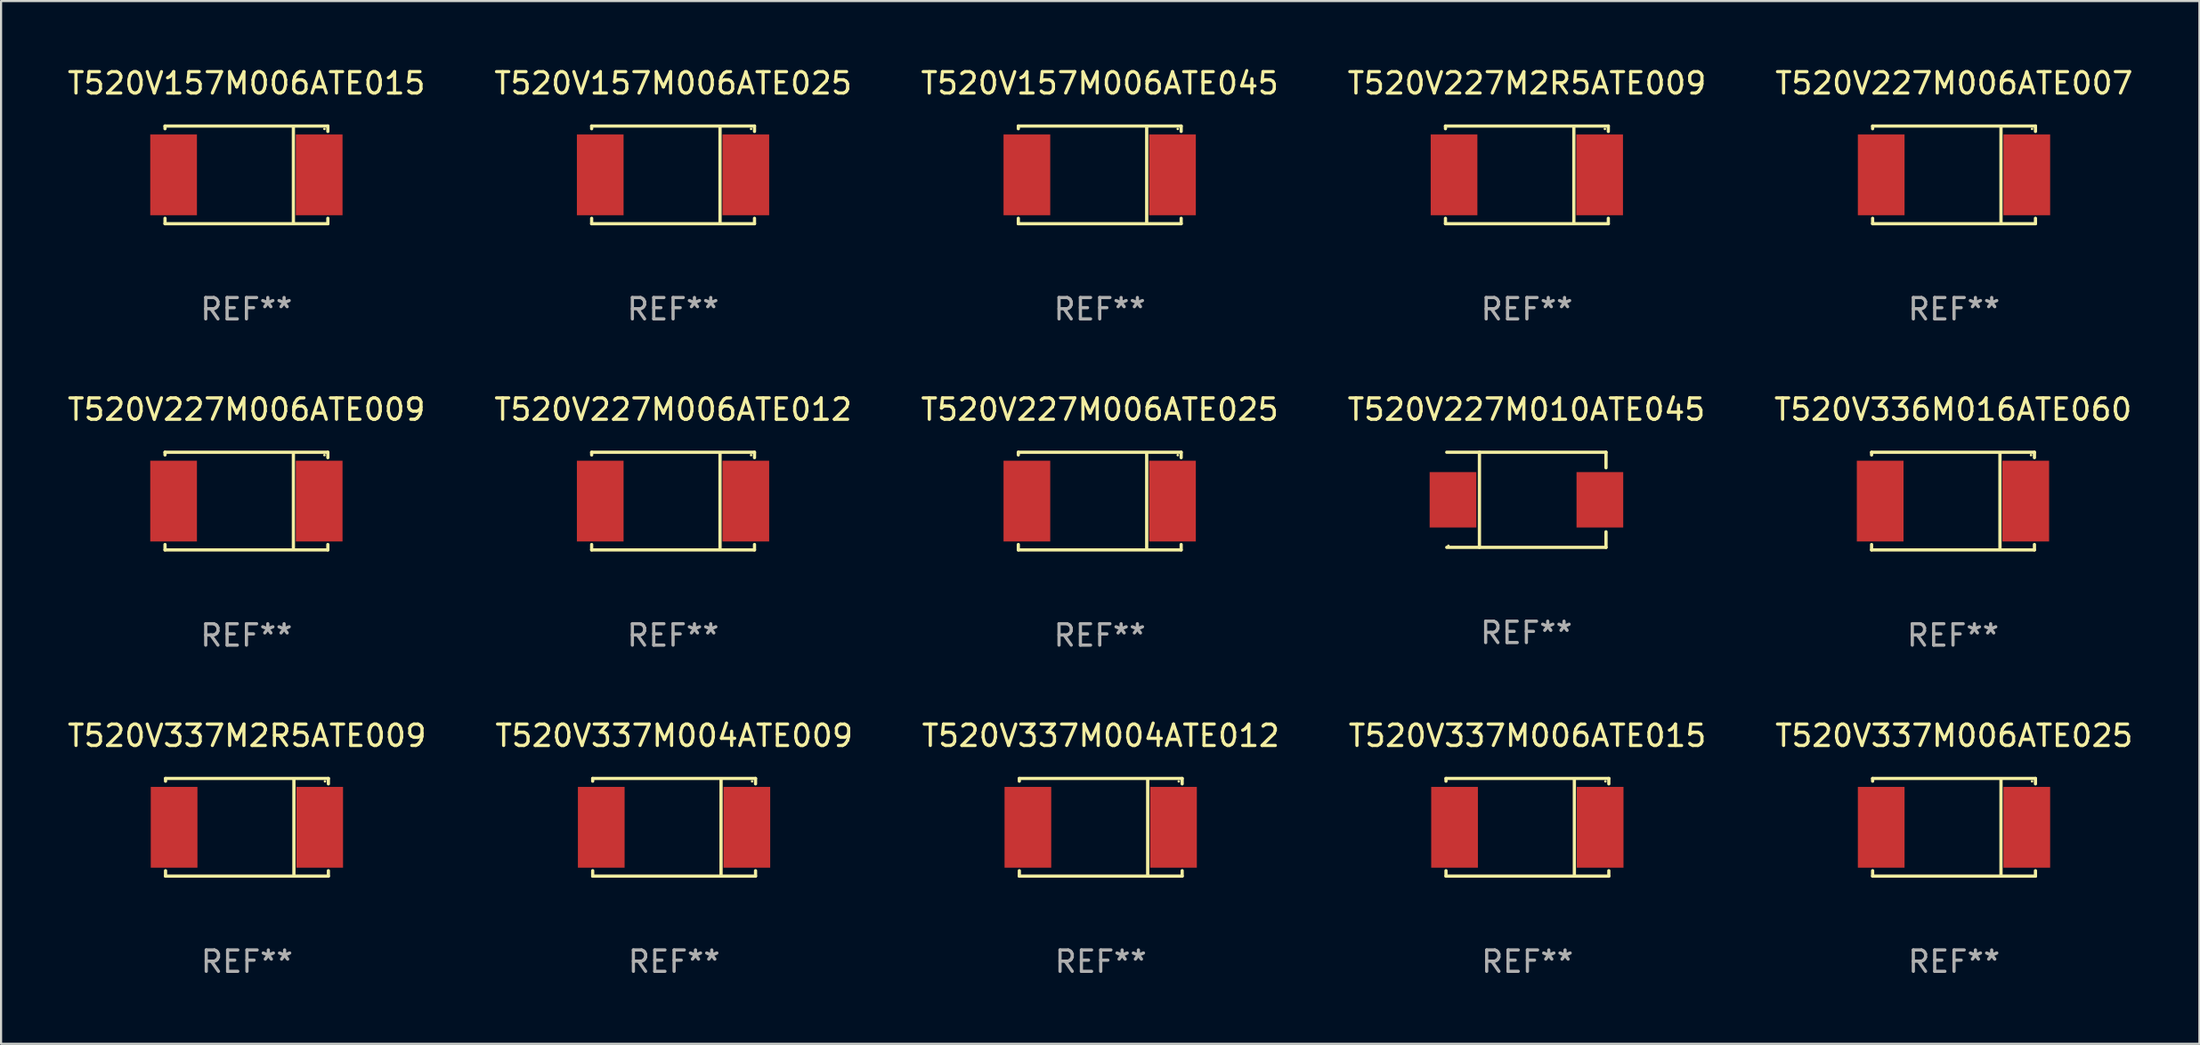
<source format=kicad_pcb>
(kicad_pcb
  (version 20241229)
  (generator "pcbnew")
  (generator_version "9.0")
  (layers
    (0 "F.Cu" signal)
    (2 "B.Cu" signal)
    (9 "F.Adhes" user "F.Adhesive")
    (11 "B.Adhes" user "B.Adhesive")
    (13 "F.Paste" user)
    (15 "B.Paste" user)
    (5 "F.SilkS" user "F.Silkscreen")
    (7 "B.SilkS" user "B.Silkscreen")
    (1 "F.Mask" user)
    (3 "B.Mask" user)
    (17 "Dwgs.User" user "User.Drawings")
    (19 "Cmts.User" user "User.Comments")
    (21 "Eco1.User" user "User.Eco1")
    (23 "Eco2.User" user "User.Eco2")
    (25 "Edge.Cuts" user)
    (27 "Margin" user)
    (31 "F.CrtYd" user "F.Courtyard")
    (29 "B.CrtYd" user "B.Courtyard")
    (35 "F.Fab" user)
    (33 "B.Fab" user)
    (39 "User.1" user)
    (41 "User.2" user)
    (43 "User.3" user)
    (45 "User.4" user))
  (footprint "T520V157M006ATE015"
    (layer "F.Cu")
    (at 8.482 5.134)
    (property "Reference" "T520V157M006ATE015" (at 0 -4.286 0) (layer "F.SilkS") (effects (font (size 1 1) (thickness 0.15))))
    (attr through_hole)
    (fp_line (start -3.81 -2.286) (end -3.81 -2.159) (stroke (width 0.15) (type solid)) (layer "F.SilkS"))
    (fp_line (start -3.81 2.032) (end -3.81 2.286) (stroke (width 0.15) (type solid)) (layer "F.SilkS"))
    (fp_line (start -3.81 2.286) (end 3.81 2.286) (stroke (width 0.15) (type solid)) (layer "F.SilkS"))
    (fp_line (start 2.197 -2.226) (end 2.197 2.226) (stroke (width 0.152) (type solid)) (layer "F.SilkS"))
    (fp_line (start 3.81 -2.286) (end -3.81 -2.286) (stroke (width 0.15) (type solid)) (layer "F.SilkS"))
    (fp_line (start 3.81 -2.032) (end 3.81 -2.286) (stroke (width 0.15) (type solid)) (layer "F.SilkS"))
    (fp_line (start 3.81 2.286) (end 3.81 2.032) (stroke (width 0.15) (type solid)) (layer "F.SilkS"))
    (fp_circle (center 3.65 -2.15) (end 3.68 -2.15) (stroke (width 0.06) (type solid)) (fill no) (layer "F.SilkS"))
    (fp_text user "REF**" (at 0 6.286 0) (layer "F.Fab") (effects (font (size 1 1) (thickness 0.15))))
    (pad "1" smd rect (at 3.404 0 180) (size 2.185 3.78) (layers "F.Cu" "F.Mask" "F.Paste"))
    (pad "2" smd rect (at -3.409 0 180) (size 2.185 3.78) (layers "F.Cu" "F.Mask" "F.Paste")))
  (footprint "T520V157M006ATE045"
    (layer "F.Cu")
    (at 48.411 5.134)
    (property "Reference" "T520V157M006ATE045" (at 0 -4.286 0) (layer "F.SilkS") (effects (font (size 1 1) (thickness 0.15))))
    (attr through_hole)
    (fp_line (start -3.81 -2.286) (end -3.81 -2.159) (stroke (width 0.15) (type solid)) (layer "F.SilkS"))
    (fp_line (start -3.81 2.032) (end -3.81 2.286) (stroke (width 0.15) (type solid)) (layer "F.SilkS"))
    (fp_line (start -3.81 2.286) (end 3.81 2.286) (stroke (width 0.15) (type solid)) (layer "F.SilkS"))
    (fp_line (start 2.197 -2.226) (end 2.197 2.226) (stroke (width 0.152) (type solid)) (layer "F.SilkS"))
    (fp_line (start 3.81 -2.286) (end -3.81 -2.286) (stroke (width 0.15) (type solid)) (layer "F.SilkS"))
    (fp_line (start 3.81 -2.032) (end 3.81 -2.286) (stroke (width 0.15) (type solid)) (layer "F.SilkS"))
    (fp_line (start 3.81 2.286) (end 3.81 2.032) (stroke (width 0.15) (type solid)) (layer "F.SilkS"))
    (fp_circle (center 3.65 -2.15) (end 3.68 -2.15) (stroke (width 0.06) (type solid)) (fill no) (layer "F.SilkS"))
    (fp_text user "REF**" (at 0 6.286 0) (layer "F.Fab") (effects (font (size 1 1) (thickness 0.15))))
    (pad "1" smd rect (at 3.404 0 180) (size 2.185 3.78) (layers "F.Cu" "F.Mask" "F.Paste"))
    (pad "2" smd rect (at -3.409 0 180) (size 2.185 3.78) (layers "F.Cu" "F.Mask" "F.Paste")))
  (footprint "T520V336M016ATE060"
    (layer "F.Cu")
    (at 88.339 20.403)
    (property "Reference" "T520V336M016ATE060" (at 0 -4.286 0) (layer "F.SilkS") (effects (font (size 1 1) (thickness 0.15))))
    (attr through_hole)
    (fp_line (start -3.81 -2.286) (end -3.81 -2.159) (stroke (width 0.15) (type solid)) (layer "F.SilkS"))
    (fp_line (start -3.81 2.032) (end -3.81 2.286) (stroke (width 0.15) (type solid)) (layer "F.SilkS"))
    (fp_line (start -3.81 2.286) (end 3.81 2.286) (stroke (width 0.15) (type solid)) (layer "F.SilkS"))
    (fp_line (start 2.197 -2.226) (end 2.197 2.226) (stroke (width 0.152) (type solid)) (layer "F.SilkS"))
    (fp_line (start 3.81 -2.286) (end -3.81 -2.286) (stroke (width 0.15) (type solid)) (layer "F.SilkS"))
    (fp_line (start 3.81 -2.032) (end 3.81 -2.286) (stroke (width 0.15) (type solid)) (layer "F.SilkS"))
    (fp_line (start 3.81 2.286) (end 3.81 2.032) (stroke (width 0.15) (type solid)) (layer "F.SilkS"))
    (fp_circle (center 3.65 -2.15) (end 3.68 -2.15) (stroke (width 0.06) (type solid)) (fill no) (layer "F.SilkS"))
    (fp_text user "REF**" (at 0 6.286 0) (layer "F.Fab") (effects (font (size 1 1) (thickness 0.15))))
    (pad "1" smd rect (at 3.404 0 180) (size 2.185 3.78) (layers "F.Cu" "F.Mask" "F.Paste"))
    (pad "2" smd rect (at -3.409 0 180) (size 2.185 3.78) (layers "F.Cu" "F.Mask" "F.Paste")))
  (footprint "T520V337M004ATE012"
    (layer "F.Cu")
    (at 48.458 35.671)
    (property "Reference" "T520V337M004ATE012" (at 0 -4.286 0) (layer "F.SilkS") (effects (font (size 1 1) (thickness 0.15))))
    (attr through_hole)
    (fp_line (start -3.81 -2.286) (end -3.81 -2.159) (stroke (width 0.15) (type solid)) (layer "F.SilkS"))
    (fp_line (start -3.81 2.032) (end -3.81 2.286) (stroke (width 0.15) (type solid)) (layer "F.SilkS"))
    (fp_line (start -3.81 2.286) (end 3.81 2.286) (stroke (width 0.15) (type solid)) (layer "F.SilkS"))
    (fp_line (start 2.197 -2.226) (end 2.197 2.226) (stroke (width 0.152) (type solid)) (layer "F.SilkS"))
    (fp_line (start 3.81 -2.286) (end -3.81 -2.286) (stroke (width 0.15) (type solid)) (layer "F.SilkS"))
    (fp_line (start 3.81 -2.032) (end 3.81 -2.286) (stroke (width 0.15) (type solid)) (layer "F.SilkS"))
    (fp_line (start 3.81 2.286) (end 3.81 2.032) (stroke (width 0.15) (type solid)) (layer "F.SilkS"))
    (fp_circle (center 3.65 -2.15) (end 3.68 -2.15) (stroke (width 0.06) (type solid)) (fill no) (layer "F.SilkS"))
    (fp_text user "REF**" (at 0 6.286 0) (layer "F.Fab") (effects (font (size 1 1) (thickness 0.15))))
    (pad "1" smd rect (at 3.404 0 180) (size 2.185 3.78) (layers "F.Cu" "F.Mask" "F.Paste"))
    (pad "2" smd rect (at -3.409 0 180) (size 2.185 3.78) (layers "F.Cu" "F.Mask" "F.Paste")))
  (footprint "T520V227M006ATE009"
    (layer "F.Cu")
    (at 8.482 20.403)
    (property "Reference" "T520V227M006ATE009" (at 0 -4.286 0) (layer "F.SilkS") (effects (font (size 1 1) (thickness 0.15))))
    (attr through_hole)
    (fp_line (start -3.81 -2.286) (end -3.81 -2.159) (stroke (width 0.15) (type solid)) (layer "F.SilkS"))
    (fp_line (start -3.81 2.032) (end -3.81 2.286) (stroke (width 0.15) (type solid)) (layer "F.SilkS"))
    (fp_line (start -3.81 2.286) (end 3.81 2.286) (stroke (width 0.15) (type solid)) (layer "F.SilkS"))
    (fp_line (start 2.197 -2.226) (end 2.197 2.226) (stroke (width 0.152) (type solid)) (layer "F.SilkS"))
    (fp_line (start 3.81 -2.286) (end -3.81 -2.286) (stroke (width 0.15) (type solid)) (layer "F.SilkS"))
    (fp_line (start 3.81 -2.032) (end 3.81 -2.286) (stroke (width 0.15) (type solid)) (layer "F.SilkS"))
    (fp_line (start 3.81 2.286) (end 3.81 2.032) (stroke (width 0.15) (type solid)) (layer "F.SilkS"))
    (fp_circle (center 3.65 -2.15) (end 3.68 -2.15) (stroke (width 0.06) (type solid)) (fill no) (layer "F.SilkS"))
    (fp_text user "REF**" (at 0 6.286 0) (layer "F.Fab") (effects (font (size 1 1) (thickness 0.15))))
    (pad "1" smd rect (at 3.404 0 180) (size 2.185 3.78) (layers "F.Cu" "F.Mask" "F.Paste"))
    (pad "2" smd rect (at -3.409 0 180) (size 2.185 3.78) (layers "F.Cu" "F.Mask" "F.Paste")))
  (footprint "T520V227M006ATE025"
    (layer "F.Cu")
    (at 48.411 20.403)
    (property "Reference" "T520V227M006ATE025" (at 0 -4.286 0) (layer "F.SilkS") (effects (font (size 1 1) (thickness 0.15))))
    (attr through_hole)
    (fp_line (start -3.81 -2.286) (end -3.81 -2.159) (stroke (width 0.15) (type solid)) (layer "F.SilkS"))
    (fp_line (start -3.81 2.032) (end -3.81 2.286) (stroke (width 0.15) (type solid)) (layer "F.SilkS"))
    (fp_line (start -3.81 2.286) (end 3.81 2.286) (stroke (width 0.15) (type solid)) (layer "F.SilkS"))
    (fp_line (start 2.197 -2.226) (end 2.197 2.226) (stroke (width 0.152) (type solid)) (layer "F.SilkS"))
    (fp_line (start 3.81 -2.286) (end -3.81 -2.286) (stroke (width 0.15) (type solid)) (layer "F.SilkS"))
    (fp_line (start 3.81 -2.032) (end 3.81 -2.286) (stroke (width 0.15) (type solid)) (layer "F.SilkS"))
    (fp_line (start 3.81 2.286) (end 3.81 2.032) (stroke (width 0.15) (type solid)) (layer "F.SilkS"))
    (fp_circle (center 3.65 -2.15) (end 3.68 -2.15) (stroke (width 0.06) (type solid)) (fill no) (layer "F.SilkS"))
    (fp_text user "REF**" (at 0 6.286 0) (layer "F.Fab") (effects (font (size 1 1) (thickness 0.15))))
    (pad "1" smd rect (at 3.404 0 180) (size 2.185 3.78) (layers "F.Cu" "F.Mask" "F.Paste"))
    (pad "2" smd rect (at -3.409 0 180) (size 2.185 3.78) (layers "F.Cu" "F.Mask" "F.Paste")))
  (footprint "T520V337M006ATE015"
    (layer "F.Cu")
    (at 68.423 35.671)
    (property "Reference" "T520V337M006ATE015" (at 0 -4.286 0) (layer "F.SilkS") (effects (font (size 1 1) (thickness 0.15))))
    (attr through_hole)
    (fp_line (start -3.81 -2.286) (end -3.81 -2.159) (stroke (width 0.15) (type solid)) (layer "F.SilkS"))
    (fp_line (start -3.81 2.032) (end -3.81 2.286) (stroke (width 0.15) (type solid)) (layer "F.SilkS"))
    (fp_line (start -3.81 2.286) (end 3.81 2.286) (stroke (width 0.15) (type solid)) (layer "F.SilkS"))
    (fp_line (start 2.197 -2.226) (end 2.197 2.226) (stroke (width 0.152) (type solid)) (layer "F.SilkS"))
    (fp_line (start 3.81 -2.286) (end -3.81 -2.286) (stroke (width 0.15) (type solid)) (layer "F.SilkS"))
    (fp_line (start 3.81 -2.032) (end 3.81 -2.286) (stroke (width 0.15) (type solid)) (layer "F.SilkS"))
    (fp_line (start 3.81 2.286) (end 3.81 2.032) (stroke (width 0.15) (type solid)) (layer "F.SilkS"))
    (fp_circle (center 3.65 -2.15) (end 3.68 -2.15) (stroke (width 0.06) (type solid)) (fill no) (layer "F.SilkS"))
    (fp_text user "REF**" (at 0 6.286 0) (layer "F.Fab") (effects (font (size 1 1) (thickness 0.15))))
    (pad "1" smd rect (at 3.404 0 180) (size 2.185 3.78) (layers "F.Cu" "F.Mask" "F.Paste"))
    (pad "2" smd rect (at -3.409 0 180) (size 2.185 3.78) (layers "F.Cu" "F.Mask" "F.Paste")))
  (footprint "T520V337M004ATE009"
    (layer "F.Cu")
    (at 28.494 35.671)
    (property "Reference" "T520V337M004ATE009" (at 0 -4.286 0) (layer "F.SilkS") (effects (font (size 1 1) (thickness 0.15))))
    (attr through_hole)
    (fp_line (start -3.81 -2.286) (end -3.81 -2.159) (stroke (width 0.15) (type solid)) (layer "F.SilkS"))
    (fp_line (start -3.81 2.032) (end -3.81 2.286) (stroke (width 0.15) (type solid)) (layer "F.SilkS"))
    (fp_line (start -3.81 2.286) (end 3.81 2.286) (stroke (width 0.15) (type solid)) (layer "F.SilkS"))
    (fp_line (start 2.197 -2.226) (end 2.197 2.226) (stroke (width 0.152) (type solid)) (layer "F.SilkS"))
    (fp_line (start 3.81 -2.286) (end -3.81 -2.286) (stroke (width 0.15) (type solid)) (layer "F.SilkS"))
    (fp_line (start 3.81 -2.032) (end 3.81 -2.286) (stroke (width 0.15) (type solid)) (layer "F.SilkS"))
    (fp_line (start 3.81 2.286) (end 3.81 2.032) (stroke (width 0.15) (type solid)) (layer "F.SilkS"))
    (fp_circle (center 3.65 -2.15) (end 3.68 -2.15) (stroke (width 0.06) (type solid)) (fill no) (layer "F.SilkS"))
    (fp_text user "REF**" (at 0 6.286 0) (layer "F.Fab") (effects (font (size 1 1) (thickness 0.15))))
    (pad "1" smd rect (at 3.404 0 180) (size 2.185 3.78) (layers "F.Cu" "F.Mask" "F.Paste"))
    (pad "2" smd rect (at -3.409 0 180) (size 2.185 3.78) (layers "F.Cu" "F.Mask" "F.Paste")))
  (footprint "T520V227M010ATE045"
    (layer "F.Cu")
    (at 68.375 20.343)
    (property "Reference" "T520V227M010ATE045" (at 0 -4.226 0) (layer "F.SilkS") (effects (font (size 1 1) (thickness 0.15))))
    (attr through_hole)
    (fp_line (start -3.726 -2.226) (end 3.726 -2.226) (stroke (width 0.152) (type solid)) (layer "F.SilkS"))
    (fp_line (start -3.726 2.226) (end 3.726 2.226) (stroke (width 0.152) (type solid)) (layer "F.SilkS"))
    (fp_line (start -2.197 -2.226) (end -2.197 2.226) (stroke (width 0.152) (type solid)) (layer "F.SilkS"))
    (fp_line (start 3.726 -2.226) (end 3.726 -1.499) (stroke (width 0.152) (type solid)) (layer "F.SilkS"))
    (fp_line (start 3.726 2.226) (end 3.726 1.499) (stroke (width 0.152) (type solid)) (layer "F.SilkS"))
    (fp_circle (center -3.65 2.15) (end -3.62 2.15) (stroke (width 0.06) (type solid)) (fill no) (layer "F.SilkS"))
    (fp_text user "REF**" (at 0 6.226 0) (layer "F.Fab") (effects (font (size 1 1) (thickness 0.15))))
    (pad "1" smd rect (at -3.434 0 180) (size 2.185 2.592) (layers "F.Cu" "F.Mask" "F.Paste"))
    (pad "2" smd rect (at 3.439 0 180) (size 2.185 2.592) (layers "F.Cu" "F.Mask" "F.Paste")))
  (footprint "T520V337M2R5ATE009"
    (layer "F.Cu")
    (at 8.506 35.671)
    (property "Reference" "T520V337M2R5ATE009" (at 0 -4.286 0) (layer "F.SilkS") (effects (font (size 1 1) (thickness 0.15))))
    (attr through_hole)
    (fp_line (start -3.81 -2.286) (end -3.81 -2.159) (stroke (width 0.15) (type solid)) (layer "F.SilkS"))
    (fp_line (start -3.81 2.032) (end -3.81 2.286) (stroke (width 0.15) (type solid)) (layer "F.SilkS"))
    (fp_line (start -3.81 2.286) (end 3.81 2.286) (stroke (width 0.15) (type solid)) (layer "F.SilkS"))
    (fp_line (start 2.197 -2.226) (end 2.197 2.226) (stroke (width 0.152) (type solid)) (layer "F.SilkS"))
    (fp_line (start 3.81 -2.286) (end -3.81 -2.286) (stroke (width 0.15) (type solid)) (layer "F.SilkS"))
    (fp_line (start 3.81 -2.032) (end 3.81 -2.286) (stroke (width 0.15) (type solid)) (layer "F.SilkS"))
    (fp_line (start 3.81 2.286) (end 3.81 2.032) (stroke (width 0.15) (type solid)) (layer "F.SilkS"))
    (fp_circle (center 3.65 -2.15) (end 3.68 -2.15) (stroke (width 0.06) (type solid)) (fill no) (layer "F.SilkS"))
    (fp_text user "REF**" (at 0 6.286 0) (layer "F.Fab") (effects (font (size 1 1) (thickness 0.15))))
    (pad "1" smd rect (at 3.404 0 180) (size 2.185 3.78) (layers "F.Cu" "F.Mask" "F.Paste"))
    (pad "2" smd rect (at -3.409 0 180) (size 2.185 3.78) (layers "F.Cu" "F.Mask" "F.Paste")))
  (footprint "T520V157M006ATE025"
    (layer "F.Cu")
    (at 28.446 5.134)
    (property "Reference" "T520V157M006ATE025" (at 0 -4.286 0) (layer "F.SilkS") (effects (font (size 1 1) (thickness 0.15))))
    (attr through_hole)
    (fp_line (start -3.81 -2.286) (end -3.81 -2.159) (stroke (width 0.15) (type solid)) (layer "F.SilkS"))
    (fp_line (start -3.81 2.032) (end -3.81 2.286) (stroke (width 0.15) (type solid)) (layer "F.SilkS"))
    (fp_line (start -3.81 2.286) (end 3.81 2.286) (stroke (width 0.15) (type solid)) (layer "F.SilkS"))
    (fp_line (start 2.197 -2.226) (end 2.197 2.226) (stroke (width 0.152) (type solid)) (layer "F.SilkS"))
    (fp_line (start 3.81 -2.286) (end -3.81 -2.286) (stroke (width 0.15) (type solid)) (layer "F.SilkS"))
    (fp_line (start 3.81 -2.032) (end 3.81 -2.286) (stroke (width 0.15) (type solid)) (layer "F.SilkS"))
    (fp_line (start 3.81 2.286) (end 3.81 2.032) (stroke (width 0.15) (type solid)) (layer "F.SilkS"))
    (fp_circle (center 3.65 -2.15) (end 3.68 -2.15) (stroke (width 0.06) (type solid)) (fill no) (layer "F.SilkS"))
    (fp_text user "REF**" (at 0 6.286 0) (layer "F.Fab") (effects (font (size 1 1) (thickness 0.15))))
    (pad "1" smd rect (at 3.404 0 180) (size 2.185 3.78) (layers "F.Cu" "F.Mask" "F.Paste"))
    (pad "2" smd rect (at -3.409 0 180) (size 2.185 3.78) (layers "F.Cu" "F.Mask" "F.Paste")))
  (footprint "T520V337M006ATE025"
    (layer "F.Cu")
    (at 88.387 35.671)
    (property "Reference" "T520V337M006ATE025" (at 0 -4.286 0) (layer "F.SilkS") (effects (font (size 1 1) (thickness 0.15))))
    (attr through_hole)
    (fp_line (start -3.81 -2.286) (end -3.81 -2.159) (stroke (width 0.15) (type solid)) (layer "F.SilkS"))
    (fp_line (start -3.81 2.032) (end -3.81 2.286) (stroke (width 0.15) (type solid)) (layer "F.SilkS"))
    (fp_line (start -3.81 2.286) (end 3.81 2.286) (stroke (width 0.15) (type solid)) (layer "F.SilkS"))
    (fp_line (start 2.197 -2.226) (end 2.197 2.226) (stroke (width 0.152) (type solid)) (layer "F.SilkS"))
    (fp_line (start 3.81 -2.286) (end -3.81 -2.286) (stroke (width 0.15) (type solid)) (layer "F.SilkS"))
    (fp_line (start 3.81 -2.032) (end 3.81 -2.286) (stroke (width 0.15) (type solid)) (layer "F.SilkS"))
    (fp_line (start 3.81 2.286) (end 3.81 2.032) (stroke (width 0.15) (type solid)) (layer "F.SilkS"))
    (fp_circle (center 3.65 -2.15) (end 3.68 -2.15) (stroke (width 0.06) (type solid)) (fill no) (layer "F.SilkS"))
    (fp_text user "REF**" (at 0 6.286 0) (layer "F.Fab") (effects (font (size 1 1) (thickness 0.15))))
    (pad "1" smd rect (at 3.404 0 180) (size 2.185 3.78) (layers "F.Cu" "F.Mask" "F.Paste"))
    (pad "2" smd rect (at -3.409 0 180) (size 2.185 3.78) (layers "F.Cu" "F.Mask" "F.Paste")))
  (footprint "T520V227M2R5ATE009"
    (layer "F.Cu")
    (at 68.399 5.134)
    (property "Reference" "T520V227M2R5ATE009" (at 0 -4.286 0) (layer "F.SilkS") (effects (font (size 1 1) (thickness 0.15))))
    (attr through_hole)
    (fp_line (start -3.81 -2.286) (end -3.81 -2.159) (stroke (width 0.15) (type solid)) (layer "F.SilkS"))
    (fp_line (start -3.81 2.032) (end -3.81 2.286) (stroke (width 0.15) (type solid)) (layer "F.SilkS"))
    (fp_line (start -3.81 2.286) (end 3.81 2.286) (stroke (width 0.15) (type solid)) (layer "F.SilkS"))
    (fp_line (start 2.197 -2.226) (end 2.197 2.226) (stroke (width 0.152) (type solid)) (layer "F.SilkS"))
    (fp_line (start 3.81 -2.286) (end -3.81 -2.286) (stroke (width 0.15) (type solid)) (layer "F.SilkS"))
    (fp_line (start 3.81 -2.032) (end 3.81 -2.286) (stroke (width 0.15) (type solid)) (layer "F.SilkS"))
    (fp_line (start 3.81 2.286) (end 3.81 2.032) (stroke (width 0.15) (type solid)) (layer "F.SilkS"))
    (fp_circle (center 3.65 -2.15) (end 3.68 -2.15) (stroke (width 0.06) (type solid)) (fill no) (layer "F.SilkS"))
    (fp_text user "REF**" (at 0 6.286 0) (layer "F.Fab") (effects (font (size 1 1) (thickness 0.15))))
    (pad "1" smd rect (at 3.404 0 180) (size 2.185 3.78) (layers "F.Cu" "F.Mask" "F.Paste"))
    (pad "2" smd rect (at -3.409 0 180) (size 2.185 3.78) (layers "F.Cu" "F.Mask" "F.Paste")))
  (footprint "T520V227M006ATE007"
    (layer "F.Cu")
    (at 88.387 5.134)
    (property "Reference" "T520V227M006ATE007" (at 0 -4.286 0) (layer "F.SilkS") (effects (font (size 1 1) (thickness 0.15))))
    (attr through_hole)
    (fp_line (start -3.81 -2.286) (end -3.81 -2.159) (stroke (width 0.15) (type solid)) (layer "F.SilkS"))
    (fp_line (start -3.81 2.032) (end -3.81 2.286) (stroke (width 0.15) (type solid)) (layer "F.SilkS"))
    (fp_line (start -3.81 2.286) (end 3.81 2.286) (stroke (width 0.15) (type solid)) (layer "F.SilkS"))
    (fp_line (start 2.197 -2.226) (end 2.197 2.226) (stroke (width 0.152) (type solid)) (layer "F.SilkS"))
    (fp_line (start 3.81 -2.286) (end -3.81 -2.286) (stroke (width 0.15) (type solid)) (layer "F.SilkS"))
    (fp_line (start 3.81 -2.032) (end 3.81 -2.286) (stroke (width 0.15) (type solid)) (layer "F.SilkS"))
    (fp_line (start 3.81 2.286) (end 3.81 2.032) (stroke (width 0.15) (type solid)) (layer "F.SilkS"))
    (fp_circle (center 3.65 -2.15) (end 3.68 -2.15) (stroke (width 0.06) (type solid)) (fill no) (layer "F.SilkS"))
    (fp_text user "REF**" (at 0 6.286 0) (layer "F.Fab") (effects (font (size 1 1) (thickness 0.15))))
    (pad "1" smd rect (at 3.404 0 180) (size 2.185 3.78) (layers "F.Cu" "F.Mask" "F.Paste"))
    (pad "2" smd rect (at -3.409 0 180) (size 2.185 3.78) (layers "F.Cu" "F.Mask" "F.Paste")))
  (footprint "T520V227M006ATE012"
    (layer "F.Cu")
    (at 28.446 20.403)
    (property "Reference" "T520V227M006ATE012" (at 0 -4.286 0) (layer "F.SilkS") (effects (font (size 1 1) (thickness 0.15))))
    (attr through_hole)
    (fp_line (start -3.81 -2.286) (end -3.81 -2.159) (stroke (width 0.15) (type solid)) (layer "F.SilkS"))
    (fp_line (start -3.81 2.032) (end -3.81 2.286) (stroke (width 0.15) (type solid)) (layer "F.SilkS"))
    (fp_line (start -3.81 2.286) (end 3.81 2.286) (stroke (width 0.15) (type solid)) (layer "F.SilkS"))
    (fp_line (start 2.197 -2.226) (end 2.197 2.226) (stroke (width 0.152) (type solid)) (layer "F.SilkS"))
    (fp_line (start 3.81 -2.286) (end -3.81 -2.286) (stroke (width 0.15) (type solid)) (layer "F.SilkS"))
    (fp_line (start 3.81 -2.032) (end 3.81 -2.286) (stroke (width 0.15) (type solid)) (layer "F.SilkS"))
    (fp_line (start 3.81 2.286) (end 3.81 2.032) (stroke (width 0.15) (type solid)) (layer "F.SilkS"))
    (fp_circle (center 3.65 -2.15) (end 3.68 -2.15) (stroke (width 0.06) (type solid)) (fill no) (layer "F.SilkS"))
    (fp_text user "REF**" (at 0 6.286 0) (layer "F.Fab") (effects (font (size 1 1) (thickness 0.15))))
    (pad "1" smd rect (at 3.404 0 180) (size 2.185 3.78) (layers "F.Cu" "F.Mask" "F.Paste"))
    (pad "2" smd rect (at -3.409 0 180) (size 2.185 3.78) (layers "F.Cu" "F.Mask" "F.Paste")))
  (gr_rect
    (start -3 -3)
    (end 99.869 45.806)
    (stroke (width 0.1) (type default))
    (fill no)
    (layer "Edge.Cuts")))
</source>
